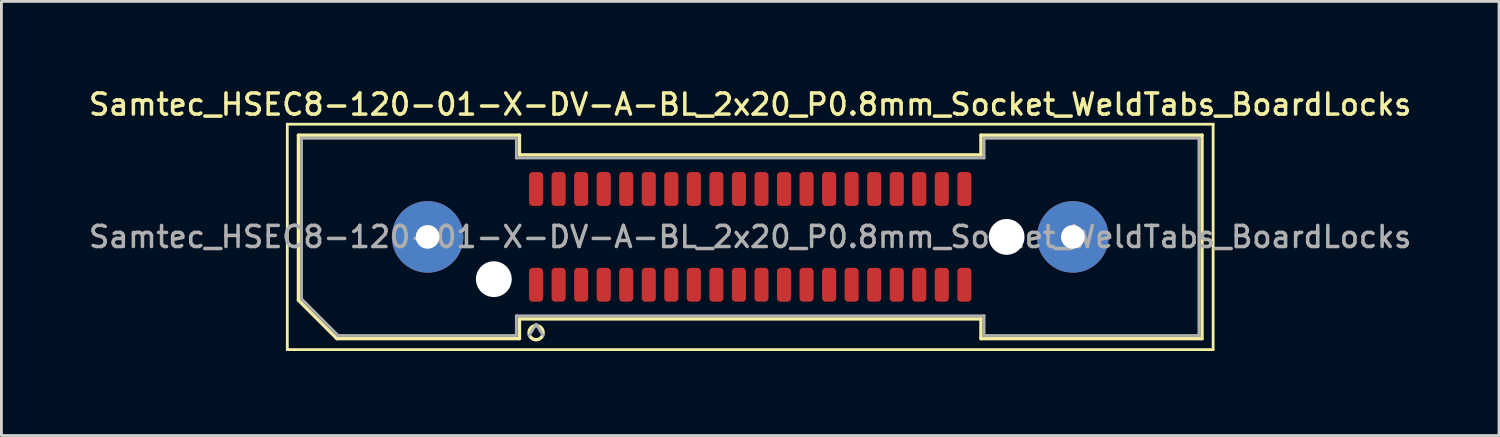
<source format=kicad_pcb>
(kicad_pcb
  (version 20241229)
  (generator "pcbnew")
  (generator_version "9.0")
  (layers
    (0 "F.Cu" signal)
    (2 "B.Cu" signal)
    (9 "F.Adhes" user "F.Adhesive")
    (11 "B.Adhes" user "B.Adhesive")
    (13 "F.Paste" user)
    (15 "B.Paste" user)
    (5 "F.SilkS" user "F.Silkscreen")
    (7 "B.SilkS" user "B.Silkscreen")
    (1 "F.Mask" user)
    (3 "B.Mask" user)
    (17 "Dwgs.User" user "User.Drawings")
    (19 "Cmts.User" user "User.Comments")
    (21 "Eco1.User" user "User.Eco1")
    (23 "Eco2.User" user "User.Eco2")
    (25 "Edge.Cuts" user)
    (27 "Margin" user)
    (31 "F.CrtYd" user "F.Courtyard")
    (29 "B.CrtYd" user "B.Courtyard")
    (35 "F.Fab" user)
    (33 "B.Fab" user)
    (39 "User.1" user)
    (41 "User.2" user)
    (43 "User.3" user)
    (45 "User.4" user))
  (footprint "Samtec_HSEC8-120-01-X-DV-A-BL_2x20_P0.8mm_Socket_WeldTabs_BoardLocks"
    (layer "F.Cu")
    (at 23.577 5.358)
    (property "Reference" "Samtec_HSEC8-120-01-X-DV-A-BL_2x20_P0.8mm_Socket_WeldTabs_BoardLocks" (at 0 -4.7 0) (layer "F.SilkS") (effects (font (size 0.75 0.75) (thickness 0.125))))
    (attr smd)
    (fp_line (start -16.43 -4) (end -16.43 4) (stroke (width 0.1) (type solid)) (layer "F.SilkS"))
    (fp_line (start -16.43 4) (end 16.43 4) (stroke (width 0.1) (type solid)) (layer "F.SilkS"))
    (fp_line (start -16.035 -3.61) (end -8.19 -3.61) (stroke (width 0.12) (type solid)) (layer "F.SilkS"))
    (fp_line (start -16.035 2.246) (end -16.035 -3.61) (stroke (width 0.12) (type solid)) (layer "F.SilkS"))
    (fp_line (start -14.671 3.61) (end -16.035 2.246) (stroke (width 0.12) (type solid)) (layer "F.SilkS"))
    (fp_line (start -8.19 -3.61) (end -8.19 -2.91) (stroke (width 0.12) (type solid)) (layer "F.SilkS"))
    (fp_line (start -8.19 -2.91) (end 8.19 -2.91) (stroke (width 0.12) (type solid)) (layer "F.SilkS"))
    (fp_line (start -8.19 2.91) (end -8.19 3.61) (stroke (width 0.12) (type solid)) (layer "F.SilkS"))
    (fp_line (start -8.19 3.61) (end -14.671 3.61) (stroke (width 0.12) (type solid)) (layer "F.SilkS"))
    (fp_line (start 8.19 -3.61) (end 16.035 -3.61) (stroke (width 0.12) (type solid)) (layer "F.SilkS"))
    (fp_line (start 8.19 -2.91) (end 8.19 -3.61) (stroke (width 0.12) (type solid)) (layer "F.SilkS"))
    (fp_line (start 8.19 2.91) (end -8.19 2.91) (stroke (width 0.12) (type solid)) (layer "F.SilkS"))
    (fp_line (start 8.19 3.61) (end 8.19 2.91) (stroke (width 0.12) (type solid)) (layer "F.SilkS"))
    (fp_line (start 16.035 -3.61) (end 16.035 3.61) (stroke (width 0.12) (type solid)) (layer "F.SilkS"))
    (fp_line (start 16.035 3.61) (end 8.19 3.61) (stroke (width 0.12) (type solid)) (layer "F.SilkS"))
    (fp_line (start 16.43 -4) (end -16.43 -4) (stroke (width 0.1) (type solid)) (layer "F.SilkS"))
    (fp_line (start 16.43 4) (end 16.43 -4) (stroke (width 0.1) (type solid)) (layer "F.SilkS"))
    (fp_circle (center -7.6 3.4) (end -7.35 3.4) (stroke (width 0.12) (type solid)) (fill no) (layer "F.SilkS"))
    (fp_line (start -15.925 -3.5) (end -8.3 -3.5) (stroke (width 0.1) (type solid)) (layer "F.Fab"))
    (fp_line (start -15.925 2.2) (end -15.925 -3.5) (stroke (width 0.1) (type solid)) (layer "F.Fab"))
    (fp_line (start -14.625 3.5) (end -15.925 2.2) (stroke (width 0.1) (type solid)) (layer "F.Fab"))
    (fp_line (start -8.3 -3.5) (end -8.3 -2.8) (stroke (width 0.1) (type solid)) (layer "F.Fab"))
    (fp_line (start -8.3 -2.8) (end 8.3 -2.8) (stroke (width 0.1) (type solid)) (layer "F.Fab"))
    (fp_line (start -8.3 2.8) (end -8.3 3.5) (stroke (width 0.1) (type solid)) (layer "F.Fab"))
    (fp_line (start -8.3 3.5) (end -14.625 3.5) (stroke (width 0.1) (type solid)) (layer "F.Fab"))
    (fp_line (start -7.6 3.1) (end -7.85 3.5) (stroke (width 0.1) (type solid)) (layer "F.Fab"))
    (fp_line (start -7.6 3.1) (end -7.35 3.5) (stroke (width 0.1) (type solid)) (layer "F.Fab"))
    (fp_line (start 8.3 -3.5) (end 15.925 -3.5) (stroke (width 0.1) (type solid)) (layer "F.Fab"))
    (fp_line (start 8.3 -2.8) (end 8.3 -3.5) (stroke (width 0.1) (type solid)) (layer "F.Fab"))
    (fp_line (start 8.3 2.8) (end -8.3 2.8) (stroke (width 0.1) (type solid)) (layer "F.Fab"))
    (fp_line (start 8.3 3.5) (end 8.3 2.8) (stroke (width 0.1) (type solid)) (layer "F.Fab"))
    (fp_line (start 15.925 -3.5) (end 15.925 3.5) (stroke (width 0.1) (type solid)) (layer "F.Fab"))
    (fp_line (start 15.925 3.5) (end 8.3 3.5) (stroke (width 0.1) (type solid)) (layer "F.Fab"))
    (fp_text user "${REFERENCE}" (at 0 0 0) (layer "F.Fab") (effects (font (size 0.75 0.75) (thickness 0.125))))
    (pad "" thru_hole circle (at -11.45 0) (size 2.54 2.54) (drill 0.84) (layers "*.Cu" "*.Mask" "F.Paste"))
    (pad "" np_thru_hole circle (at -9.1 1.5) (size 1.27 1.27) (drill 1.27) (layers "*.Cu" "*.Mask"))
    (pad "" np_thru_hole circle (at 9.1 0) (size 1.27 1.27) (drill 1.27) (layers "*.Cu" "*.Mask"))
    (pad "" thru_hole circle (at 11.45 0) (size 2.54 2.54) (drill 0.84) (layers "*.Cu" "*.Mask" "F.Paste"))
    (pad "1" smd roundrect (at -7.6 1.7) (size 0.5 1.2) (layers "F.Cu" "F.Mask" "F.Paste") (roundrect_rratio 0.25))
    (pad "2" smd roundrect (at -7.6 -1.7) (size 0.5 1.2) (layers "F.Cu" "F.Mask" "F.Paste") (roundrect_rratio 0.25))
    (pad "3" smd roundrect (at -6.8 1.7) (size 0.5 1.2) (layers "F.Cu" "F.Mask" "F.Paste") (roundrect_rratio 0.25))
    (pad "4" smd roundrect (at -6.8 -1.7) (size 0.5 1.2) (layers "F.Cu" "F.Mask" "F.Paste") (roundrect_rratio 0.25))
    (pad "5" smd roundrect (at -6 1.7) (size 0.5 1.2) (layers "F.Cu" "F.Mask" "F.Paste") (roundrect_rratio 0.25))
    (pad "6" smd roundrect (at -6 -1.7) (size 0.5 1.2) (layers "F.Cu" "F.Mask" "F.Paste") (roundrect_rratio 0.25))
    (pad "7" smd roundrect (at -5.2 1.7) (size 0.5 1.2) (layers "F.Cu" "F.Mask" "F.Paste") (roundrect_rratio 0.25))
    (pad "8" smd roundrect (at -5.2 -1.7) (size 0.5 1.2) (layers "F.Cu" "F.Mask" "F.Paste") (roundrect_rratio 0.25))
    (pad "9" smd roundrect (at -4.4 1.7) (size 0.5 1.2) (layers "F.Cu" "F.Mask" "F.Paste") (roundrect_rratio 0.25))
    (pad "10" smd roundrect (at -4.4 -1.7) (size 0.5 1.2) (layers "F.Cu" "F.Mask" "F.Paste") (roundrect_rratio 0.25))
    (pad "11" smd roundrect (at -3.6 1.7) (size 0.5 1.2) (layers "F.Cu" "F.Mask" "F.Paste") (roundrect_rratio 0.25))
    (pad "12" smd roundrect (at -3.6 -1.7) (size 0.5 1.2) (layers "F.Cu" "F.Mask" "F.Paste") (roundrect_rratio 0.25))
    (pad "13" smd roundrect (at -2.8 1.7) (size 0.5 1.2) (layers "F.Cu" "F.Mask" "F.Paste") (roundrect_rratio 0.25))
    (pad "14" smd roundrect (at -2.8 -1.7) (size 0.5 1.2) (layers "F.Cu" "F.Mask" "F.Paste") (roundrect_rratio 0.25))
    (pad "15" smd roundrect (at -2 1.7) (size 0.5 1.2) (layers "F.Cu" "F.Mask" "F.Paste") (roundrect_rratio 0.25))
    (pad "16" smd roundrect (at -2 -1.7) (size 0.5 1.2) (layers "F.Cu" "F.Mask" "F.Paste") (roundrect_rratio 0.25))
    (pad "17" smd roundrect (at -1.2 1.7) (size 0.5 1.2) (layers "F.Cu" "F.Mask" "F.Paste") (roundrect_rratio 0.25))
    (pad "18" smd roundrect (at -1.2 -1.7) (size 0.5 1.2) (layers "F.Cu" "F.Mask" "F.Paste") (roundrect_rratio 0.25))
    (pad "19" smd roundrect (at -0.4 1.7) (size 0.5 1.2) (layers "F.Cu" "F.Mask" "F.Paste") (roundrect_rratio 0.25))
    (pad "20" smd roundrect (at -0.4 -1.7) (size 0.5 1.2) (layers "F.Cu" "F.Mask" "F.Paste") (roundrect_rratio 0.25))
    (pad "21" smd roundrect (at 0.4 1.7) (size 0.5 1.2) (layers "F.Cu" "F.Mask" "F.Paste") (roundrect_rratio 0.25))
    (pad "22" smd roundrect (at 0.4 -1.7) (size 0.5 1.2) (layers "F.Cu" "F.Mask" "F.Paste") (roundrect_rratio 0.25))
    (pad "23" smd roundrect (at 1.2 1.7) (size 0.5 1.2) (layers "F.Cu" "F.Mask" "F.Paste") (roundrect_rratio 0.25))
    (pad "24" smd roundrect (at 1.2 -1.7) (size 0.5 1.2) (layers "F.Cu" "F.Mask" "F.Paste") (roundrect_rratio 0.25))
    (pad "25" smd roundrect (at 2 1.7) (size 0.5 1.2) (layers "F.Cu" "F.Mask" "F.Paste") (roundrect_rratio 0.25))
    (pad "26" smd roundrect (at 2 -1.7) (size 0.5 1.2) (layers "F.Cu" "F.Mask" "F.Paste") (roundrect_rratio 0.25))
    (pad "27" smd roundrect (at 2.8 1.7) (size 0.5 1.2) (layers "F.Cu" "F.Mask" "F.Paste") (roundrect_rratio 0.25))
    (pad "28" smd roundrect (at 2.8 -1.7) (size 0.5 1.2) (layers "F.Cu" "F.Mask" "F.Paste") (roundrect_rratio 0.25))
    (pad "29" smd roundrect (at 3.6 1.7) (size 0.5 1.2) (layers "F.Cu" "F.Mask" "F.Paste") (roundrect_rratio 0.25))
    (pad "30" smd roundrect (at 3.6 -1.7) (size 0.5 1.2) (layers "F.Cu" "F.Mask" "F.Paste") (roundrect_rratio 0.25))
    (pad "31" smd roundrect (at 4.4 1.7) (size 0.5 1.2) (layers "F.Cu" "F.Mask" "F.Paste") (roundrect_rratio 0.25))
    (pad "32" smd roundrect (at 4.4 -1.7) (size 0.5 1.2) (layers "F.Cu" "F.Mask" "F.Paste") (roundrect_rratio 0.25))
    (pad "33" smd roundrect (at 5.2 1.7) (size 0.5 1.2) (layers "F.Cu" "F.Mask" "F.Paste") (roundrect_rratio 0.25))
    (pad "34" smd roundrect (at 5.2 -1.7) (size 0.5 1.2) (layers "F.Cu" "F.Mask" "F.Paste") (roundrect_rratio 0.25))
    (pad "35" smd roundrect (at 6 1.7) (size 0.5 1.2) (layers "F.Cu" "F.Mask" "F.Paste") (roundrect_rratio 0.25))
    (pad "36" smd roundrect (at 6 -1.7) (size 0.5 1.2) (layers "F.Cu" "F.Mask" "F.Paste") (roundrect_rratio 0.25))
    (pad "37" smd roundrect (at 6.8 1.7) (size 0.5 1.2) (layers "F.Cu" "F.Mask" "F.Paste") (roundrect_rratio 0.25))
    (pad "38" smd roundrect (at 6.8 -1.7) (size 0.5 1.2) (layers "F.Cu" "F.Mask" "F.Paste") (roundrect_rratio 0.25))
    (pad "39" smd roundrect (at 7.6 1.7) (size 0.5 1.2) (layers "F.Cu" "F.Mask" "F.Paste") (roundrect_rratio 0.25))
    (pad "40" smd roundrect (at 7.6 -1.7) (size 0.5 1.2) (layers "F.Cu" "F.Mask" "F.Paste") (roundrect_rratio 0.25)))
  (gr_rect
    (start -3 -3)
    (end 50.154 12.408)
    (stroke (width 0.1) (type default))
    (fill no)
    (layer "Edge.Cuts")))
</source>
